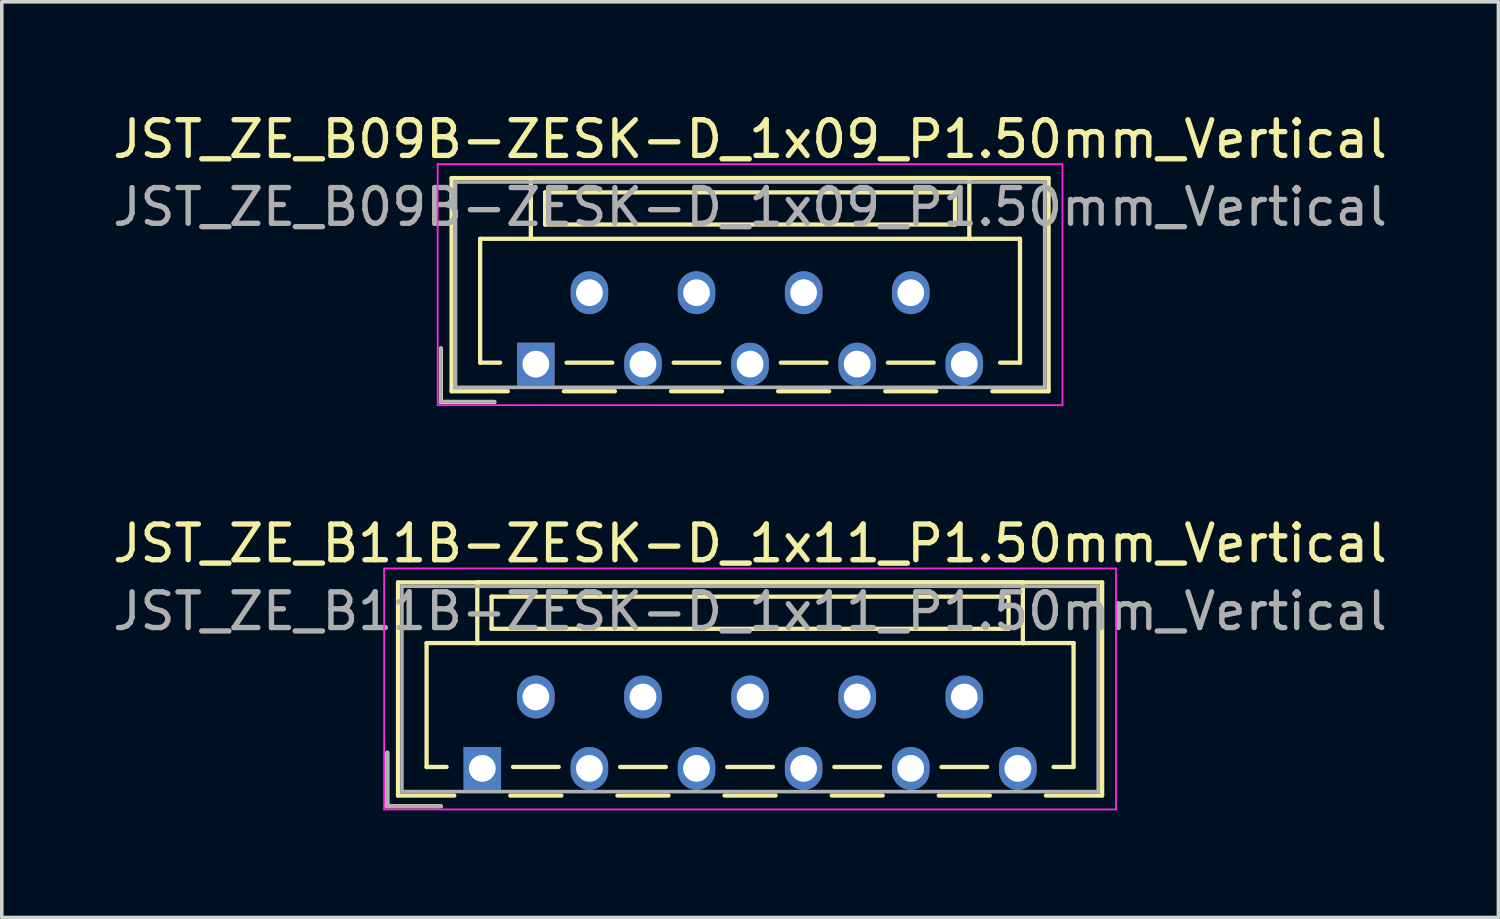
<source format=kicad_pcb>
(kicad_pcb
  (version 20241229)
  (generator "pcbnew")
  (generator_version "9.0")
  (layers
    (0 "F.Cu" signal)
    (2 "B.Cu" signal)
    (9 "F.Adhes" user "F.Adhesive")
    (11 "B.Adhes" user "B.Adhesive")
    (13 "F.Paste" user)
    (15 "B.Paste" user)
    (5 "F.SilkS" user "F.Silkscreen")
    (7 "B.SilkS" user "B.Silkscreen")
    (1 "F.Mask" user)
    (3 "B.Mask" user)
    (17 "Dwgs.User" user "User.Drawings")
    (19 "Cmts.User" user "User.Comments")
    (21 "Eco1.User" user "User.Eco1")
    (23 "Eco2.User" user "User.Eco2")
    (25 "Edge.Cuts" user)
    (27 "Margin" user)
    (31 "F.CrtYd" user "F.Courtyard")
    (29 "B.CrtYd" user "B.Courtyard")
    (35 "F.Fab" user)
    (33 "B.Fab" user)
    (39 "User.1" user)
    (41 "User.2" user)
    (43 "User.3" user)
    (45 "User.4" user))
  (footprint "JST_ZE_B11B-ZESK-D_1x11_P1.50mm_Vertical"
    (layer "F.Cu")
    (at 10.458 18.471)
    (property "Reference" "JST_ZE_B11B-ZESK-D_1x11_P1.50mm_Vertical" (at 7.5 -6.3 0) (layer "F.SilkS") (effects (font (size 1 1) (thickness 0.15))))
    (attr through_hole)
    (fp_line (start -2.66 -0.44) (end -2.66 1.06) (stroke (width 0.12) (type solid)) (layer "F.SilkS"))
    (fp_line (start -2.66 1.06) (end -1.16 1.06) (stroke (width 0.12) (type solid)) (layer "F.SilkS"))
    (fp_line (start -2.36 -5.21) (end 17.36 -5.21) (stroke (width 0.12) (type solid)) (layer "F.SilkS"))
    (fp_line (start -2.36 0.76) (end -2.36 -5.21) (stroke (width 0.12) (type solid)) (layer "F.SilkS"))
    (fp_line (start -1.56 -3.51) (end -1.56 -0.04) (stroke (width 0.12) (type solid)) (layer "F.SilkS"))
    (fp_line (start -1.56 -0.04) (end -1 -0.04) (stroke (width 0.12) (type solid)) (layer "F.SilkS"))
    (fp_line (start -0.785 0.76) (end -2.36 0.76) (stroke (width 0.12) (type solid)) (layer "F.SilkS"))
    (fp_line (start -0.14 -5.21) (end -0.14 -3.51) (stroke (width 0.12) (type solid)) (layer "F.SilkS"))
    (fp_line (start -0.14 -3.51) (end -1.56 -3.51) (stroke (width 0.12) (type solid)) (layer "F.SilkS"))
    (fp_line (start -0.14 -3.51) (end 15.14 -3.51) (stroke (width 0.12) (type solid)) (layer "F.SilkS"))
    (fp_line (start 0.26 -4.81) (end 0.26 -3.91) (stroke (width 0.12) (type solid)) (layer "F.SilkS"))
    (fp_line (start 0.26 -3.91) (end 14.74 -3.91) (stroke (width 0.12) (type solid)) (layer "F.SilkS"))
    (fp_line (start 0.785 0.76) (end 2.215 0.76) (stroke (width 0.12) (type solid)) (layer "F.SilkS"))
    (fp_line (start 0.86 -0.04) (end 2.14 -0.04) (stroke (width 0.12) (type solid)) (layer "F.SilkS"))
    (fp_line (start 3.785 0.76) (end 5.215 0.76) (stroke (width 0.12) (type solid)) (layer "F.SilkS"))
    (fp_line (start 3.86 -0.04) (end 5.14 -0.04) (stroke (width 0.12) (type solid)) (layer "F.SilkS"))
    (fp_line (start 6.785 0.76) (end 8.215 0.76) (stroke (width 0.12) (type solid)) (layer "F.SilkS"))
    (fp_line (start 6.86 -0.04) (end 8.14 -0.04) (stroke (width 0.12) (type solid)) (layer "F.SilkS"))
    (fp_line (start 9.785 0.76) (end 11.215 0.76) (stroke (width 0.12) (type solid)) (layer "F.SilkS"))
    (fp_line (start 9.86 -0.04) (end 11.14 -0.04) (stroke (width 0.12) (type solid)) (layer "F.SilkS"))
    (fp_line (start 12.785 0.76) (end 14.215 0.76) (stroke (width 0.12) (type solid)) (layer "F.SilkS"))
    (fp_line (start 12.86 -0.04) (end 14.14 -0.04) (stroke (width 0.12) (type solid)) (layer "F.SilkS"))
    (fp_line (start 14.74 -4.81) (end 0.26 -4.81) (stroke (width 0.12) (type solid)) (layer "F.SilkS"))
    (fp_line (start 14.74 -3.91) (end 14.74 -4.81) (stroke (width 0.12) (type solid)) (layer "F.SilkS"))
    (fp_line (start 15.14 -5.21) (end -0.14 -5.21) (stroke (width 0.12) (type solid)) (layer "F.SilkS"))
    (fp_line (start 15.14 -3.51) (end 15.14 -5.21) (stroke (width 0.12) (type solid)) (layer "F.SilkS"))
    (fp_line (start 15.14 -3.51) (end 16.56 -3.51) (stroke (width 0.12) (type solid)) (layer "F.SilkS"))
    (fp_line (start 16.56 -3.51) (end 16.56 -0.04) (stroke (width 0.12) (type solid)) (layer "F.SilkS"))
    (fp_line (start 16.56 -0.04) (end 16 -0.04) (stroke (width 0.12) (type solid)) (layer "F.SilkS"))
    (fp_line (start 17.36 -5.21) (end 17.36 0.76) (stroke (width 0.12) (type solid)) (layer "F.SilkS"))
    (fp_line (start 17.36 0.76) (end 15.785 0.76) (stroke (width 0.12) (type solid)) (layer "F.SilkS"))
    (fp_line (start -2.75 -5.6) (end -2.75 1.15) (stroke (width 0.05) (type solid)) (layer "F.CrtYd"))
    (fp_line (start -2.75 1.15) (end 17.75 1.15) (stroke (width 0.05) (type solid)) (layer "F.CrtYd"))
    (fp_line (start 17.75 -5.6) (end -2.75 -5.6) (stroke (width 0.05) (type solid)) (layer "F.CrtYd"))
    (fp_line (start 17.75 1.15) (end 17.75 -5.6) (stroke (width 0.05) (type solid)) (layer "F.CrtYd"))
    (fp_line (start -2.66 -0.44) (end -2.66 1.06) (stroke (width 0.1) (type solid)) (layer "F.Fab"))
    (fp_line (start -2.66 1.06) (end -1.16 1.06) (stroke (width 0.1) (type solid)) (layer "F.Fab"))
    (fp_line (start -2.25 -5.1) (end -2.25 0.65) (stroke (width 0.1) (type solid)) (layer "F.Fab"))
    (fp_line (start -2.25 0.65) (end 17.25 0.65) (stroke (width 0.1) (type solid)) (layer "F.Fab"))
    (fp_line (start 17.25 -5.1) (end -2.25 -5.1) (stroke (width 0.1) (type solid)) (layer "F.Fab"))
    (fp_line (start 17.25 0.65) (end 17.25 -5.1) (stroke (width 0.1) (type solid)) (layer "F.Fab"))
    (fp_text user "${REFERENCE}" (at 7.5 -4.4 0) (layer "F.Fab") (effects (font (size 1 1) (thickness 0.15))))
    (pad "1" thru_hole rect (at 0 0) (size 1.05 1.2) (drill 0.75) (layers "*.Cu" "*.Mask"))
    (pad "2" thru_hole oval (at 1.5 -2) (size 1.05 1.2) (drill 0.75) (layers "*.Cu" "*.Mask"))
    (pad "3" thru_hole oval (at 3 0) (size 1.05 1.2) (drill 0.75) (layers "*.Cu" "*.Mask"))
    (pad "4" thru_hole oval (at 4.5 -2) (size 1.05 1.2) (drill 0.75) (layers "*.Cu" "*.Mask"))
    (pad "5" thru_hole oval (at 6 0) (size 1.05 1.2) (drill 0.75) (layers "*.Cu" "*.Mask"))
    (pad "6" thru_hole oval (at 7.5 -2) (size 1.05 1.2) (drill 0.75) (layers "*.Cu" "*.Mask"))
    (pad "7" thru_hole oval (at 9 0) (size 1.05 1.2) (drill 0.75) (layers "*.Cu" "*.Mask"))
    (pad "8" thru_hole oval (at 10.5 -2) (size 1.05 1.2) (drill 0.75) (layers "*.Cu" "*.Mask"))
    (pad "9" thru_hole oval (at 12 0) (size 1.05 1.2) (drill 0.75) (layers "*.Cu" "*.Mask"))
    (pad "10" thru_hole oval (at 13.5 -2) (size 1.05 1.2) (drill 0.75) (layers "*.Cu" "*.Mask"))
    (pad "11" thru_hole oval (at 15 0) (size 1.05 1.2) (drill 0.75) (layers "*.Cu" "*.Mask")))
  (footprint "JST_ZE_B09B-ZESK-D_1x09_P1.50mm_Vertical"
    (layer "F.Cu")
    (at 11.958 7.148)
    (property "Reference" "JST_ZE_B09B-ZESK-D_1x09_P1.50mm_Vertical" (at 6 -6.3 0) (layer "F.SilkS") (effects (font (size 1 1) (thickness 0.15))))
    (attr through_hole)
    (fp_line (start -2.66 -0.44) (end -2.66 1.06) (stroke (width 0.12) (type solid)) (layer "F.SilkS"))
    (fp_line (start -2.66 1.06) (end -1.16 1.06) (stroke (width 0.12) (type solid)) (layer "F.SilkS"))
    (fp_line (start -2.36 -5.21) (end 14.36 -5.21) (stroke (width 0.12) (type solid)) (layer "F.SilkS"))
    (fp_line (start -2.36 0.76) (end -2.36 -5.21) (stroke (width 0.12) (type solid)) (layer "F.SilkS"))
    (fp_line (start -1.56 -3.51) (end -1.56 -0.04) (stroke (width 0.12) (type solid)) (layer "F.SilkS"))
    (fp_line (start -1.56 -0.04) (end -1 -0.04) (stroke (width 0.12) (type solid)) (layer "F.SilkS"))
    (fp_line (start -0.785 0.76) (end -2.36 0.76) (stroke (width 0.12) (type solid)) (layer "F.SilkS"))
    (fp_line (start -0.14 -5.21) (end -0.14 -3.51) (stroke (width 0.12) (type solid)) (layer "F.SilkS"))
    (fp_line (start -0.14 -3.51) (end -1.56 -3.51) (stroke (width 0.12) (type solid)) (layer "F.SilkS"))
    (fp_line (start -0.14 -3.51) (end 12.14 -3.51) (stroke (width 0.12) (type solid)) (layer "F.SilkS"))
    (fp_line (start 0.26 -4.81) (end 0.26 -3.91) (stroke (width 0.12) (type solid)) (layer "F.SilkS"))
    (fp_line (start 0.26 -3.91) (end 11.74 -3.91) (stroke (width 0.12) (type solid)) (layer "F.SilkS"))
    (fp_line (start 0.785 0.76) (end 2.215 0.76) (stroke (width 0.12) (type solid)) (layer "F.SilkS"))
    (fp_line (start 0.86 -0.04) (end 2.14 -0.04) (stroke (width 0.12) (type solid)) (layer "F.SilkS"))
    (fp_line (start 3.785 0.76) (end 5.215 0.76) (stroke (width 0.12) (type solid)) (layer "F.SilkS"))
    (fp_line (start 3.86 -0.04) (end 5.14 -0.04) (stroke (width 0.12) (type solid)) (layer "F.SilkS"))
    (fp_line (start 6.785 0.76) (end 8.215 0.76) (stroke (width 0.12) (type solid)) (layer "F.SilkS"))
    (fp_line (start 6.86 -0.04) (end 8.14 -0.04) (stroke (width 0.12) (type solid)) (layer "F.SilkS"))
    (fp_line (start 9.785 0.76) (end 11.215 0.76) (stroke (width 0.12) (type solid)) (layer "F.SilkS"))
    (fp_line (start 9.86 -0.04) (end 11.14 -0.04) (stroke (width 0.12) (type solid)) (layer "F.SilkS"))
    (fp_line (start 11.74 -4.81) (end 0.26 -4.81) (stroke (width 0.12) (type solid)) (layer "F.SilkS"))
    (fp_line (start 11.74 -3.91) (end 11.74 -4.81) (stroke (width 0.12) (type solid)) (layer "F.SilkS"))
    (fp_line (start 12.14 -5.21) (end -0.14 -5.21) (stroke (width 0.12) (type solid)) (layer "F.SilkS"))
    (fp_line (start 12.14 -3.51) (end 12.14 -5.21) (stroke (width 0.12) (type solid)) (layer "F.SilkS"))
    (fp_line (start 12.14 -3.51) (end 13.56 -3.51) (stroke (width 0.12) (type solid)) (layer "F.SilkS"))
    (fp_line (start 13.56 -3.51) (end 13.56 -0.04) (stroke (width 0.12) (type solid)) (layer "F.SilkS"))
    (fp_line (start 13.56 -0.04) (end 13 -0.04) (stroke (width 0.12) (type solid)) (layer "F.SilkS"))
    (fp_line (start 14.36 -5.21) (end 14.36 0.76) (stroke (width 0.12) (type solid)) (layer "F.SilkS"))
    (fp_line (start 14.36 0.76) (end 12.785 0.76) (stroke (width 0.12) (type solid)) (layer "F.SilkS"))
    (fp_line (start -2.75 -5.6) (end -2.75 1.15) (stroke (width 0.05) (type solid)) (layer "F.CrtYd"))
    (fp_line (start -2.75 1.15) (end 14.75 1.15) (stroke (width 0.05) (type solid)) (layer "F.CrtYd"))
    (fp_line (start 14.75 -5.6) (end -2.75 -5.6) (stroke (width 0.05) (type solid)) (layer "F.CrtYd"))
    (fp_line (start 14.75 1.15) (end 14.75 -5.6) (stroke (width 0.05) (type solid)) (layer "F.CrtYd"))
    (fp_line (start -2.66 -0.44) (end -2.66 1.06) (stroke (width 0.1) (type solid)) (layer "F.Fab"))
    (fp_line (start -2.66 1.06) (end -1.16 1.06) (stroke (width 0.1) (type solid)) (layer "F.Fab"))
    (fp_line (start -2.25 -5.1) (end -2.25 0.65) (stroke (width 0.1) (type solid)) (layer "F.Fab"))
    (fp_line (start -2.25 0.65) (end 14.25 0.65) (stroke (width 0.1) (type solid)) (layer "F.Fab"))
    (fp_line (start 14.25 -5.1) (end -2.25 -5.1) (stroke (width 0.1) (type solid)) (layer "F.Fab"))
    (fp_line (start 14.25 0.65) (end 14.25 -5.1) (stroke (width 0.1) (type solid)) (layer "F.Fab"))
    (fp_text user "${REFERENCE}" (at 6 -4.4 0) (layer "F.Fab") (effects (font (size 1 1) (thickness 0.15))))
    (pad "1" thru_hole rect (at 0 0) (size 1.05 1.2) (drill 0.75) (layers "*.Cu" "*.Mask"))
    (pad "2" thru_hole oval (at 1.5 -2) (size 1.05 1.2) (drill 0.75) (layers "*.Cu" "*.Mask"))
    (pad "3" thru_hole oval (at 3 0) (size 1.05 1.2) (drill 0.75) (layers "*.Cu" "*.Mask"))
    (pad "4" thru_hole oval (at 4.5 -2) (size 1.05 1.2) (drill 0.75) (layers "*.Cu" "*.Mask"))
    (pad "5" thru_hole oval (at 6 0) (size 1.05 1.2) (drill 0.75) (layers "*.Cu" "*.Mask"))
    (pad "6" thru_hole oval (at 7.5 -2) (size 1.05 1.2) (drill 0.75) (layers "*.Cu" "*.Mask"))
    (pad "7" thru_hole oval (at 9 0) (size 1.05 1.2) (drill 0.75) (layers "*.Cu" "*.Mask"))
    (pad "8" thru_hole oval (at 10.5 -2) (size 1.05 1.2) (drill 0.75) (layers "*.Cu" "*.Mask"))
    (pad "9" thru_hole oval (at 12 0) (size 1.05 1.2) (drill 0.75) (layers "*.Cu" "*.Mask")))
  (gr_rect
    (start -3 -3)
    (end 38.917 22.646)
    (stroke (width 0.1) (type default))
    (fill no)
    (layer "Edge.Cuts")))
</source>
